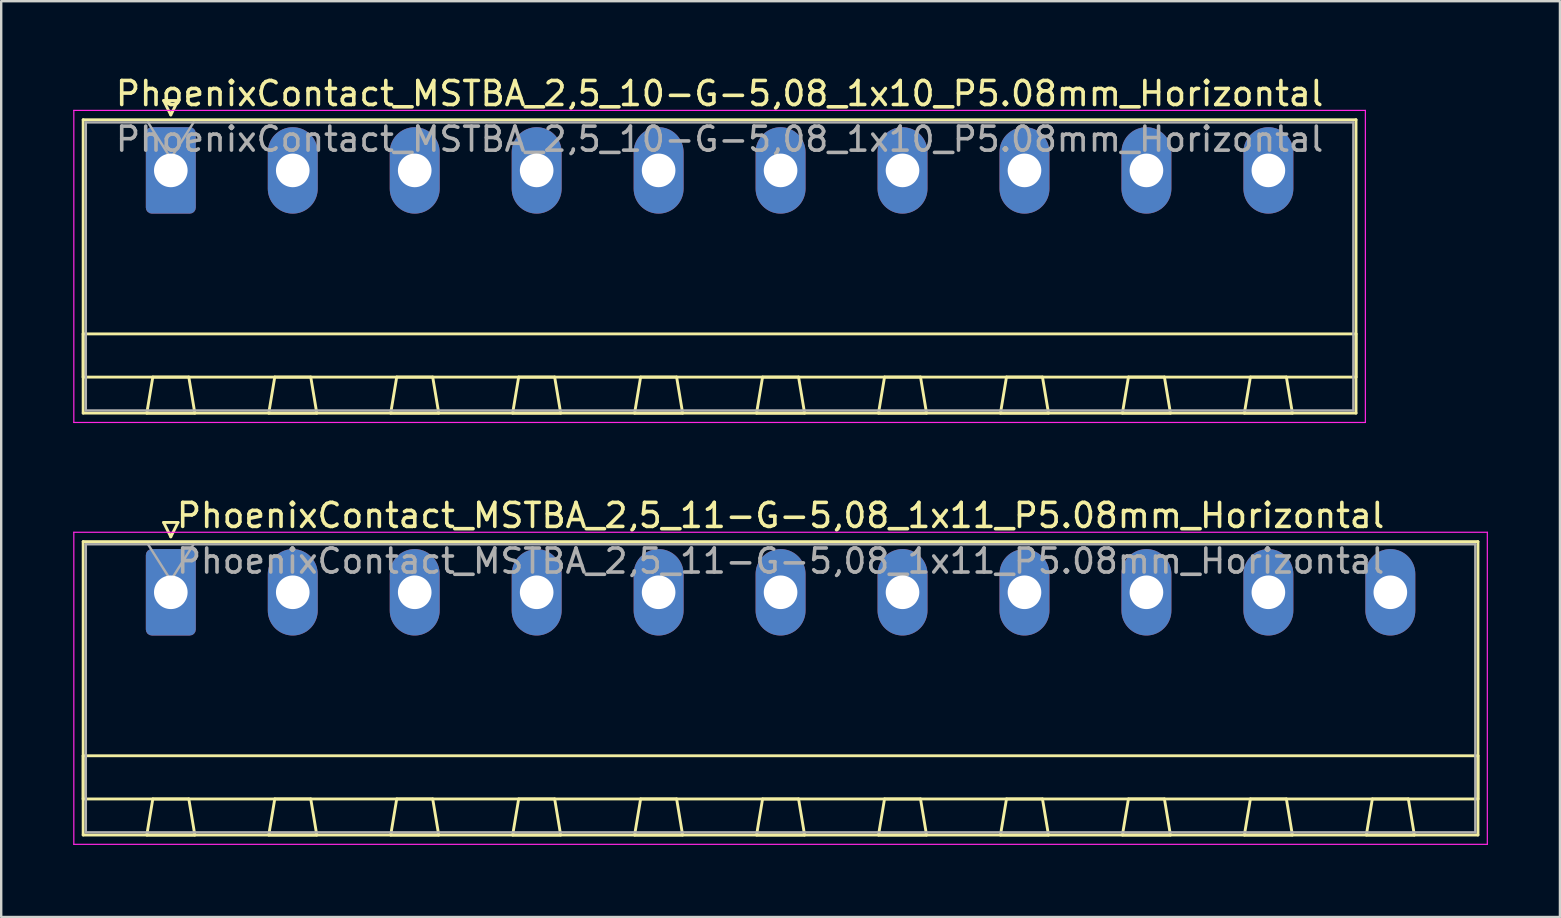
<source format=kicad_pcb>
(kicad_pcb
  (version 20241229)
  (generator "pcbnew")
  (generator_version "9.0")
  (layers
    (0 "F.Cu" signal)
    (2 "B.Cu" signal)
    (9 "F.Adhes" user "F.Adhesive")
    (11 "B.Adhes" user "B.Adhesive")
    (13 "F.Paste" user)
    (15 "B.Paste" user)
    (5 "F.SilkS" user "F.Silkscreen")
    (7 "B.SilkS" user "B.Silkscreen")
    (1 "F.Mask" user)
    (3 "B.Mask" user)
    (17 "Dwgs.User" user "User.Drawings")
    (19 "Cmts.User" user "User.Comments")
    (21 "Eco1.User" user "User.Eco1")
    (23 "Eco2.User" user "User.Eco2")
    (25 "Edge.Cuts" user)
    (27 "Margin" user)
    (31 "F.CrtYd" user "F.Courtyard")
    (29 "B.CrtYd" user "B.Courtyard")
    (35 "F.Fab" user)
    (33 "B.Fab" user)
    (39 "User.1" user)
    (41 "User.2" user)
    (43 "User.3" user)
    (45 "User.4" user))
  (footprint "PhoenixContact_MSTBA_2,5_11-G-5,08_1x11_P5.08mm_Horizontal"
    (layer "F.Cu")
    (at 4.065 21.622)
    (property "Reference" "PhoenixContact_MSTBA_2,5_11-G-5,08_1x11_P5.08mm_Horizontal" (at 25.4 -3.2 0) (layer "F.SilkS") (effects (font (size 1 1) (thickness 0.15))))
    (attr through_hole)
    (fp_line (start -3.65 -2.11) (end -3.65 10.11) (stroke (width 0.12) (type solid)) (layer "F.SilkS"))
    (fp_line (start -3.65 6.81) (end 54.45 6.81) (stroke (width 0.12) (type solid)) (layer "F.SilkS"))
    (fp_line (start -3.65 8.61) (end -3.65 6.81) (stroke (width 0.12) (type solid)) (layer "F.SilkS"))
    (fp_line (start -3.65 10.11) (end 54.45 10.11) (stroke (width 0.12) (type solid)) (layer "F.SilkS"))
    (fp_line (start -1 10.11) (end 1 10.11) (stroke (width 0.12) (type solid)) (layer "F.SilkS"))
    (fp_line (start -0.75 8.61) (end -1 10.11) (stroke (width 0.12) (type solid)) (layer "F.SilkS"))
    (fp_line (start -0.3 -2.91) (end 0.3 -2.91) (stroke (width 0.12) (type solid)) (layer "F.SilkS"))
    (fp_line (start 0 -2.31) (end -0.3 -2.91) (stroke (width 0.12) (type solid)) (layer "F.SilkS"))
    (fp_line (start 0.3 -2.91) (end 0 -2.31) (stroke (width 0.12) (type solid)) (layer "F.SilkS"))
    (fp_line (start 0.75 8.61) (end -0.75 8.61) (stroke (width 0.12) (type solid)) (layer "F.SilkS"))
    (fp_line (start 1 10.11) (end 0.75 8.61) (stroke (width 0.12) (type solid)) (layer "F.SilkS"))
    (fp_line (start 4.08 10.11) (end 6.08 10.11) (stroke (width 0.12) (type solid)) (layer "F.SilkS"))
    (fp_line (start 4.33 8.61) (end 4.08 10.11) (stroke (width 0.12) (type solid)) (layer "F.SilkS"))
    (fp_line (start 5.83 8.61) (end 4.33 8.61) (stroke (width 0.12) (type solid)) (layer "F.SilkS"))
    (fp_line (start 6.08 10.11) (end 5.83 8.61) (stroke (width 0.12) (type solid)) (layer "F.SilkS"))
    (fp_line (start 9.16 10.11) (end 11.16 10.11) (stroke (width 0.12) (type solid)) (layer "F.SilkS"))
    (fp_line (start 9.41 8.61) (end 9.16 10.11) (stroke (width 0.12) (type solid)) (layer "F.SilkS"))
    (fp_line (start 10.91 8.61) (end 9.41 8.61) (stroke (width 0.12) (type solid)) (layer "F.SilkS"))
    (fp_line (start 11.16 10.11) (end 10.91 8.61) (stroke (width 0.12) (type solid)) (layer "F.SilkS"))
    (fp_line (start 14.24 10.11) (end 16.24 10.11) (stroke (width 0.12) (type solid)) (layer "F.SilkS"))
    (fp_line (start 14.49 8.61) (end 14.24 10.11) (stroke (width 0.12) (type solid)) (layer "F.SilkS"))
    (fp_line (start 15.99 8.61) (end 14.49 8.61) (stroke (width 0.12) (type solid)) (layer "F.SilkS"))
    (fp_line (start 16.24 10.11) (end 15.99 8.61) (stroke (width 0.12) (type solid)) (layer "F.SilkS"))
    (fp_line (start 19.32 10.11) (end 21.32 10.11) (stroke (width 0.12) (type solid)) (layer "F.SilkS"))
    (fp_line (start 19.57 8.61) (end 19.32 10.11) (stroke (width 0.12) (type solid)) (layer "F.SilkS"))
    (fp_line (start 21.07 8.61) (end 19.57 8.61) (stroke (width 0.12) (type solid)) (layer "F.SilkS"))
    (fp_line (start 21.32 10.11) (end 21.07 8.61) (stroke (width 0.12) (type solid)) (layer "F.SilkS"))
    (fp_line (start 24.4 10.11) (end 26.4 10.11) (stroke (width 0.12) (type solid)) (layer "F.SilkS"))
    (fp_line (start 24.65 8.61) (end 24.4 10.11) (stroke (width 0.12) (type solid)) (layer "F.SilkS"))
    (fp_line (start 26.15 8.61) (end 24.65 8.61) (stroke (width 0.12) (type solid)) (layer "F.SilkS"))
    (fp_line (start 26.4 10.11) (end 26.15 8.61) (stroke (width 0.12) (type solid)) (layer "F.SilkS"))
    (fp_line (start 29.48 10.11) (end 31.48 10.11) (stroke (width 0.12) (type solid)) (layer "F.SilkS"))
    (fp_line (start 29.73 8.61) (end 29.48 10.11) (stroke (width 0.12) (type solid)) (layer "F.SilkS"))
    (fp_line (start 31.23 8.61) (end 29.73 8.61) (stroke (width 0.12) (type solid)) (layer "F.SilkS"))
    (fp_line (start 31.48 10.11) (end 31.23 8.61) (stroke (width 0.12) (type solid)) (layer "F.SilkS"))
    (fp_line (start 34.56 10.11) (end 36.56 10.11) (stroke (width 0.12) (type solid)) (layer "F.SilkS"))
    (fp_line (start 34.81 8.61) (end 34.56 10.11) (stroke (width 0.12) (type solid)) (layer "F.SilkS"))
    (fp_line (start 36.31 8.61) (end 34.81 8.61) (stroke (width 0.12) (type solid)) (layer "F.SilkS"))
    (fp_line (start 36.56 10.11) (end 36.31 8.61) (stroke (width 0.12) (type solid)) (layer "F.SilkS"))
    (fp_line (start 39.64 10.11) (end 41.64 10.11) (stroke (width 0.12) (type solid)) (layer "F.SilkS"))
    (fp_line (start 39.89 8.61) (end 39.64 10.11) (stroke (width 0.12) (type solid)) (layer "F.SilkS"))
    (fp_line (start 41.39 8.61) (end 39.89 8.61) (stroke (width 0.12) (type solid)) (layer "F.SilkS"))
    (fp_line (start 41.64 10.11) (end 41.39 8.61) (stroke (width 0.12) (type solid)) (layer "F.SilkS"))
    (fp_line (start 44.72 10.11) (end 46.72 10.11) (stroke (width 0.12) (type solid)) (layer "F.SilkS"))
    (fp_line (start 44.97 8.61) (end 44.72 10.11) (stroke (width 0.12) (type solid)) (layer "F.SilkS"))
    (fp_line (start 46.47 8.61) (end 44.97 8.61) (stroke (width 0.12) (type solid)) (layer "F.SilkS"))
    (fp_line (start 46.72 10.11) (end 46.47 8.61) (stroke (width 0.12) (type solid)) (layer "F.SilkS"))
    (fp_line (start 49.8 10.11) (end 51.8 10.11) (stroke (width 0.12) (type solid)) (layer "F.SilkS"))
    (fp_line (start 50.05 8.61) (end 49.8 10.11) (stroke (width 0.12) (type solid)) (layer "F.SilkS"))
    (fp_line (start 51.55 8.61) (end 50.05 8.61) (stroke (width 0.12) (type solid)) (layer "F.SilkS"))
    (fp_line (start 51.8 10.11) (end 51.55 8.61) (stroke (width 0.12) (type solid)) (layer "F.SilkS"))
    (fp_line (start 54.45 -2.11) (end -3.65 -2.11) (stroke (width 0.12) (type solid)) (layer "F.SilkS"))
    (fp_line (start 54.45 6.81) (end 54.45 8.61) (stroke (width 0.12) (type solid)) (layer "F.SilkS"))
    (fp_line (start 54.45 8.61) (end -3.65 8.61) (stroke (width 0.12) (type solid)) (layer "F.SilkS"))
    (fp_line (start 54.45 10.11) (end 54.45 -2.11) (stroke (width 0.12) (type solid)) (layer "F.SilkS"))
    (fp_line (start -4.04 -2.5) (end -4.04 10.5) (stroke (width 0.05) (type solid)) (layer "F.CrtYd"))
    (fp_line (start -4.04 10.5) (end 54.84 10.5) (stroke (width 0.05) (type solid)) (layer "F.CrtYd"))
    (fp_line (start 54.84 -2.5) (end -4.04 -2.5) (stroke (width 0.05) (type solid)) (layer "F.CrtYd"))
    (fp_line (start 54.84 10.5) (end 54.84 -2.5) (stroke (width 0.05) (type solid)) (layer "F.CrtYd"))
    (fp_line (start -3.54 -2) (end -3.54 10) (stroke (width 0.1) (type solid)) (layer "F.Fab"))
    (fp_line (start -3.54 10) (end 54.34 10) (stroke (width 0.1) (type solid)) (layer "F.Fab"))
    (fp_line (start 0 -0.5) (end -0.95 -2) (stroke (width 0.1) (type solid)) (layer "F.Fab"))
    (fp_line (start 0.95 -2) (end 0 -0.5) (stroke (width 0.1) (type solid)) (layer "F.Fab"))
    (fp_line (start 54.34 -2) (end -3.54 -2) (stroke (width 0.1) (type solid)) (layer "F.Fab"))
    (fp_line (start 54.34 10) (end 54.34 -2) (stroke (width 0.1) (type solid)) (layer "F.Fab"))
    (fp_text user "${REFERENCE}" (at 25.4 -1.3 0) (layer "F.Fab") (effects (font (size 1 1) (thickness 0.15))))
    (pad "1" thru_hole roundrect (at 0 0) (size 2.08 3.6) (drill 1.4) (layers "*.Cu" "*.Mask") (roundrect_rratio 0.12))
    (pad "2" thru_hole oval (at 5.08 0) (size 2.08 3.6) (drill 1.4) (layers "*.Cu" "*.Mask"))
    (pad "3" thru_hole oval (at 10.16 0) (size 2.08 3.6) (drill 1.4) (layers "*.Cu" "*.Mask"))
    (pad "4" thru_hole oval (at 15.24 0) (size 2.08 3.6) (drill 1.4) (layers "*.Cu" "*.Mask"))
    (pad "5" thru_hole oval (at 20.32 0) (size 2.08 3.6) (drill 1.4) (layers "*.Cu" "*.Mask"))
    (pad "6" thru_hole oval (at 25.4 0) (size 2.08 3.6) (drill 1.4) (layers "*.Cu" "*.Mask"))
    (pad "7" thru_hole oval (at 30.48 0) (size 2.08 3.6) (drill 1.4) (layers "*.Cu" "*.Mask"))
    (pad "8" thru_hole oval (at 35.56 0) (size 2.08 3.6) (drill 1.4) (layers "*.Cu" "*.Mask"))
    (pad "9" thru_hole oval (at 40.64 0) (size 2.08 3.6) (drill 1.4) (layers "*.Cu" "*.Mask"))
    (pad "10" thru_hole oval (at 45.72 0) (size 2.08 3.6) (drill 1.4) (layers "*.Cu" "*.Mask"))
    (pad "11" thru_hole oval (at 50.8 0) (size 2.08 3.6) (drill 1.4) (layers "*.Cu" "*.Mask")))
  (footprint "PhoenixContact_MSTBA_2,5_10-G-5,08_1x10_P5.08mm_Horizontal"
    (layer "F.Cu")
    (at 4.065 4.048)
    (property "Reference" "PhoenixContact_MSTBA_2,5_10-G-5,08_1x10_P5.08mm_Horizontal" (at 22.86 -3.2 0) (layer "F.SilkS") (effects (font (size 1 1) (thickness 0.15))))
    (attr through_hole)
    (fp_line (start -3.65 -2.11) (end -3.65 10.11) (stroke (width 0.12) (type solid)) (layer "F.SilkS"))
    (fp_line (start -3.65 6.81) (end 49.37 6.81) (stroke (width 0.12) (type solid)) (layer "F.SilkS"))
    (fp_line (start -3.65 8.61) (end -3.65 6.81) (stroke (width 0.12) (type solid)) (layer "F.SilkS"))
    (fp_line (start -3.65 10.11) (end 49.37 10.11) (stroke (width 0.12) (type solid)) (layer "F.SilkS"))
    (fp_line (start -1 10.11) (end 1 10.11) (stroke (width 0.12) (type solid)) (layer "F.SilkS"))
    (fp_line (start -0.75 8.61) (end -1 10.11) (stroke (width 0.12) (type solid)) (layer "F.SilkS"))
    (fp_line (start -0.3 -2.91) (end 0.3 -2.91) (stroke (width 0.12) (type solid)) (layer "F.SilkS"))
    (fp_line (start 0 -2.31) (end -0.3 -2.91) (stroke (width 0.12) (type solid)) (layer "F.SilkS"))
    (fp_line (start 0.3 -2.91) (end 0 -2.31) (stroke (width 0.12) (type solid)) (layer "F.SilkS"))
    (fp_line (start 0.75 8.61) (end -0.75 8.61) (stroke (width 0.12) (type solid)) (layer "F.SilkS"))
    (fp_line (start 1 10.11) (end 0.75 8.61) (stroke (width 0.12) (type solid)) (layer "F.SilkS"))
    (fp_line (start 4.08 10.11) (end 6.08 10.11) (stroke (width 0.12) (type solid)) (layer "F.SilkS"))
    (fp_line (start 4.33 8.61) (end 4.08 10.11) (stroke (width 0.12) (type solid)) (layer "F.SilkS"))
    (fp_line (start 5.83 8.61) (end 4.33 8.61) (stroke (width 0.12) (type solid)) (layer "F.SilkS"))
    (fp_line (start 6.08 10.11) (end 5.83 8.61) (stroke (width 0.12) (type solid)) (layer "F.SilkS"))
    (fp_line (start 9.16 10.11) (end 11.16 10.11) (stroke (width 0.12) (type solid)) (layer "F.SilkS"))
    (fp_line (start 9.41 8.61) (end 9.16 10.11) (stroke (width 0.12) (type solid)) (layer "F.SilkS"))
    (fp_line (start 10.91 8.61) (end 9.41 8.61) (stroke (width 0.12) (type solid)) (layer "F.SilkS"))
    (fp_line (start 11.16 10.11) (end 10.91 8.61) (stroke (width 0.12) (type solid)) (layer "F.SilkS"))
    (fp_line (start 14.24 10.11) (end 16.24 10.11) (stroke (width 0.12) (type solid)) (layer "F.SilkS"))
    (fp_line (start 14.49 8.61) (end 14.24 10.11) (stroke (width 0.12) (type solid)) (layer "F.SilkS"))
    (fp_line (start 15.99 8.61) (end 14.49 8.61) (stroke (width 0.12) (type solid)) (layer "F.SilkS"))
    (fp_line (start 16.24 10.11) (end 15.99 8.61) (stroke (width 0.12) (type solid)) (layer "F.SilkS"))
    (fp_line (start 19.32 10.11) (end 21.32 10.11) (stroke (width 0.12) (type solid)) (layer "F.SilkS"))
    (fp_line (start 19.57 8.61) (end 19.32 10.11) (stroke (width 0.12) (type solid)) (layer "F.SilkS"))
    (fp_line (start 21.07 8.61) (end 19.57 8.61) (stroke (width 0.12) (type solid)) (layer "F.SilkS"))
    (fp_line (start 21.32 10.11) (end 21.07 8.61) (stroke (width 0.12) (type solid)) (layer "F.SilkS"))
    (fp_line (start 24.4 10.11) (end 26.4 10.11) (stroke (width 0.12) (type solid)) (layer "F.SilkS"))
    (fp_line (start 24.65 8.61) (end 24.4 10.11) (stroke (width 0.12) (type solid)) (layer "F.SilkS"))
    (fp_line (start 26.15 8.61) (end 24.65 8.61) (stroke (width 0.12) (type solid)) (layer "F.SilkS"))
    (fp_line (start 26.4 10.11) (end 26.15 8.61) (stroke (width 0.12) (type solid)) (layer "F.SilkS"))
    (fp_line (start 29.48 10.11) (end 31.48 10.11) (stroke (width 0.12) (type solid)) (layer "F.SilkS"))
    (fp_line (start 29.73 8.61) (end 29.48 10.11) (stroke (width 0.12) (type solid)) (layer "F.SilkS"))
    (fp_line (start 31.23 8.61) (end 29.73 8.61) (stroke (width 0.12) (type solid)) (layer "F.SilkS"))
    (fp_line (start 31.48 10.11) (end 31.23 8.61) (stroke (width 0.12) (type solid)) (layer "F.SilkS"))
    (fp_line (start 34.56 10.11) (end 36.56 10.11) (stroke (width 0.12) (type solid)) (layer "F.SilkS"))
    (fp_line (start 34.81 8.61) (end 34.56 10.11) (stroke (width 0.12) (type solid)) (layer "F.SilkS"))
    (fp_line (start 36.31 8.61) (end 34.81 8.61) (stroke (width 0.12) (type solid)) (layer "F.SilkS"))
    (fp_line (start 36.56 10.11) (end 36.31 8.61) (stroke (width 0.12) (type solid)) (layer "F.SilkS"))
    (fp_line (start 39.64 10.11) (end 41.64 10.11) (stroke (width 0.12) (type solid)) (layer "F.SilkS"))
    (fp_line (start 39.89 8.61) (end 39.64 10.11) (stroke (width 0.12) (type solid)) (layer "F.SilkS"))
    (fp_line (start 41.39 8.61) (end 39.89 8.61) (stroke (width 0.12) (type solid)) (layer "F.SilkS"))
    (fp_line (start 41.64 10.11) (end 41.39 8.61) (stroke (width 0.12) (type solid)) (layer "F.SilkS"))
    (fp_line (start 44.72 10.11) (end 46.72 10.11) (stroke (width 0.12) (type solid)) (layer "F.SilkS"))
    (fp_line (start 44.97 8.61) (end 44.72 10.11) (stroke (width 0.12) (type solid)) (layer "F.SilkS"))
    (fp_line (start 46.47 8.61) (end 44.97 8.61) (stroke (width 0.12) (type solid)) (layer "F.SilkS"))
    (fp_line (start 46.72 10.11) (end 46.47 8.61) (stroke (width 0.12) (type solid)) (layer "F.SilkS"))
    (fp_line (start 49.37 -2.11) (end -3.65 -2.11) (stroke (width 0.12) (type solid)) (layer "F.SilkS"))
    (fp_line (start 49.37 6.81) (end 49.37 8.61) (stroke (width 0.12) (type solid)) (layer "F.SilkS"))
    (fp_line (start 49.37 8.61) (end -3.65 8.61) (stroke (width 0.12) (type solid)) (layer "F.SilkS"))
    (fp_line (start 49.37 10.11) (end 49.37 -2.11) (stroke (width 0.12) (type solid)) (layer "F.SilkS"))
    (fp_line (start -4.04 -2.5) (end -4.04 10.5) (stroke (width 0.05) (type solid)) (layer "F.CrtYd"))
    (fp_line (start -4.04 10.5) (end 49.76 10.5) (stroke (width 0.05) (type solid)) (layer "F.CrtYd"))
    (fp_line (start 49.76 -2.5) (end -4.04 -2.5) (stroke (width 0.05) (type solid)) (layer "F.CrtYd"))
    (fp_line (start 49.76 10.5) (end 49.76 -2.5) (stroke (width 0.05) (type solid)) (layer "F.CrtYd"))
    (fp_line (start -3.54 -2) (end -3.54 10) (stroke (width 0.1) (type solid)) (layer "F.Fab"))
    (fp_line (start -3.54 10) (end 49.26 10) (stroke (width 0.1) (type solid)) (layer "F.Fab"))
    (fp_line (start 0 -0.5) (end -0.95 -2) (stroke (width 0.1) (type solid)) (layer "F.Fab"))
    (fp_line (start 0.95 -2) (end 0 -0.5) (stroke (width 0.1) (type solid)) (layer "F.Fab"))
    (fp_line (start 49.26 -2) (end -3.54 -2) (stroke (width 0.1) (type solid)) (layer "F.Fab"))
    (fp_line (start 49.26 10) (end 49.26 -2) (stroke (width 0.1) (type solid)) (layer "F.Fab"))
    (fp_text user "${REFERENCE}" (at 22.86 -1.3 0) (layer "F.Fab") (effects (font (size 1 1) (thickness 0.15))))
    (pad "1" thru_hole roundrect (at 0 0) (size 2.08 3.6) (drill 1.4) (layers "*.Cu" "*.Mask") (roundrect_rratio 0.12))
    (pad "2" thru_hole oval (at 5.08 0) (size 2.08 3.6) (drill 1.4) (layers "*.Cu" "*.Mask"))
    (pad "3" thru_hole oval (at 10.16 0) (size 2.08 3.6) (drill 1.4) (layers "*.Cu" "*.Mask"))
    (pad "4" thru_hole oval (at 15.24 0) (size 2.08 3.6) (drill 1.4) (layers "*.Cu" "*.Mask"))
    (pad "5" thru_hole oval (at 20.32 0) (size 2.08 3.6) (drill 1.4) (layers "*.Cu" "*.Mask"))
    (pad "6" thru_hole oval (at 25.4 0) (size 2.08 3.6) (drill 1.4) (layers "*.Cu" "*.Mask"))
    (pad "7" thru_hole oval (at 30.48 0) (size 2.08 3.6) (drill 1.4) (layers "*.Cu" "*.Mask"))
    (pad "8" thru_hole oval (at 35.56 0) (size 2.08 3.6) (drill 1.4) (layers "*.Cu" "*.Mask"))
    (pad "9" thru_hole oval (at 40.64 0) (size 2.08 3.6) (drill 1.4) (layers "*.Cu" "*.Mask"))
    (pad "10" thru_hole oval (at 45.72 0) (size 2.08 3.6) (drill 1.4) (layers "*.Cu" "*.Mask")))
  (gr_rect
    (start -3 -3)
    (end 61.93 35.147)
    (stroke (width 0.1) (type default))
    (fill no)
    (layer "Edge.Cuts")))
</source>
